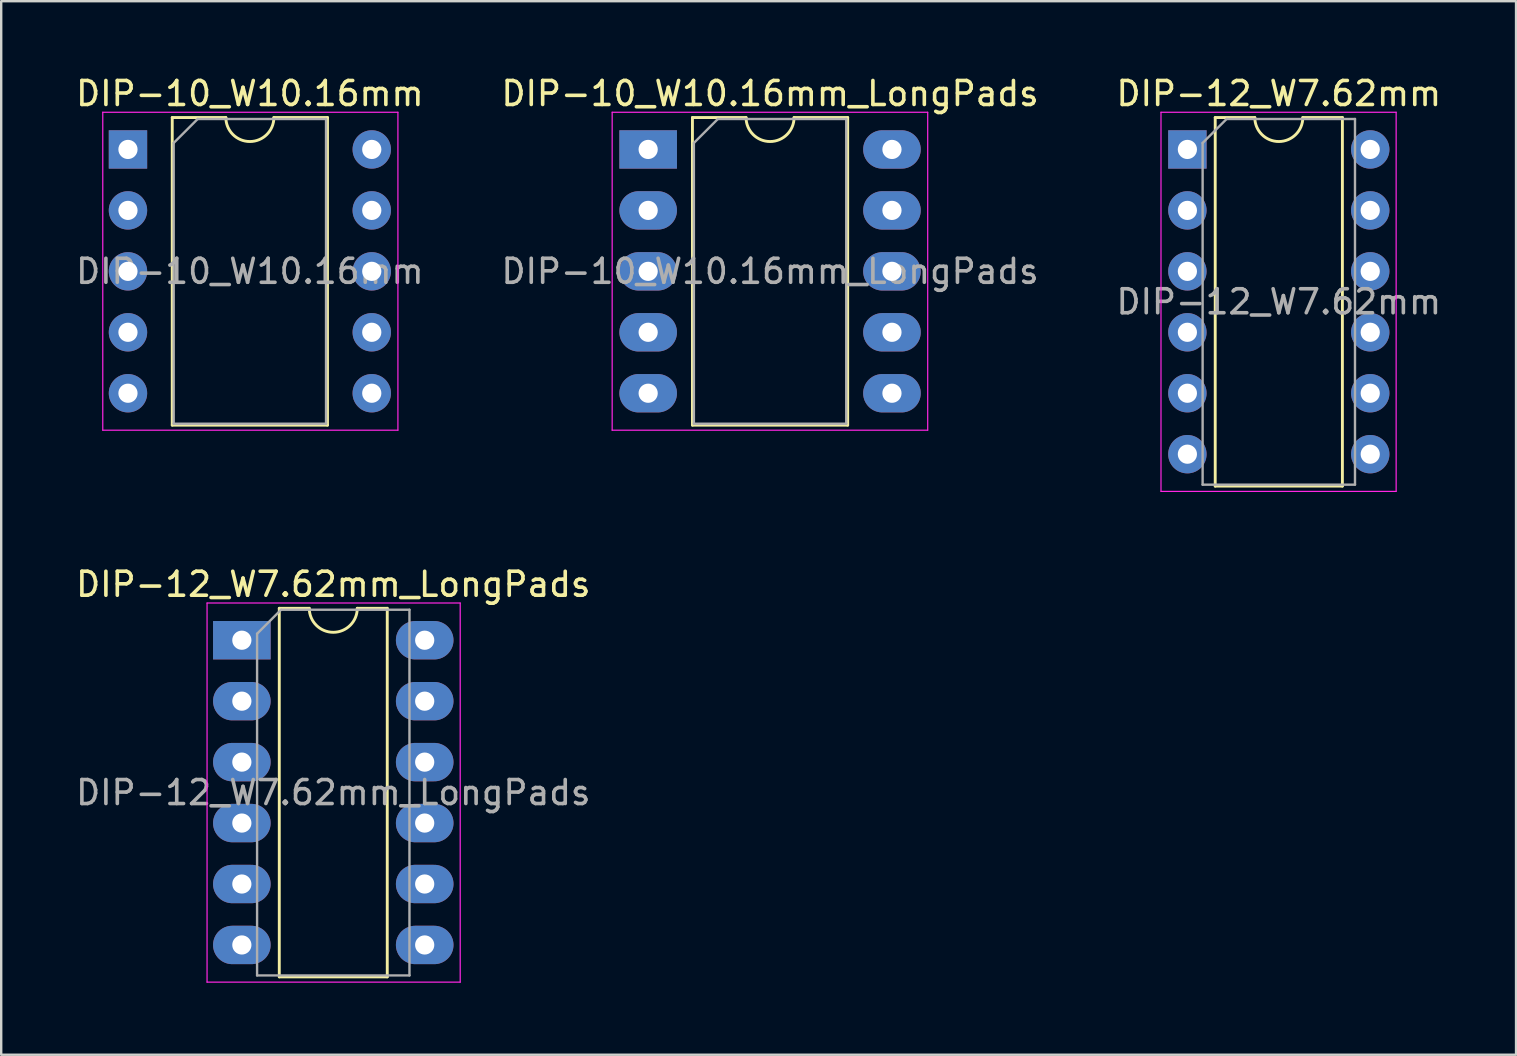
<source format=kicad_pcb>
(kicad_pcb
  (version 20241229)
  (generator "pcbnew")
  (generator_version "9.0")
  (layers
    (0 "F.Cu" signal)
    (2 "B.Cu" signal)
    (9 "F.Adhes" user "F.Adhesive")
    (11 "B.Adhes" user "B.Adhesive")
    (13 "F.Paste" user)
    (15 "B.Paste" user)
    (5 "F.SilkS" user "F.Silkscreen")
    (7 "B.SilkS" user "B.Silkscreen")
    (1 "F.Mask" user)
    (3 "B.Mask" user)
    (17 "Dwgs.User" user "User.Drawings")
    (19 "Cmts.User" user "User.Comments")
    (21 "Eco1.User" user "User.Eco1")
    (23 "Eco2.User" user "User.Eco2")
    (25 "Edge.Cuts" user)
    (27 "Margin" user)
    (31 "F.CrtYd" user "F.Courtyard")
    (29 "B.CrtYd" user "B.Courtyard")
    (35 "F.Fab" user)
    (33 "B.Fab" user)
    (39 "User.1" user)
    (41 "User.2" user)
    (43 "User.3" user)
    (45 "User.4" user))
  (footprint "DIP-10_W10.16mm_LongPads"
    (layer "F.Cu")
    (at 23.962 3.178)
    (property "Reference" "DIP-10_W10.16mm_LongPads" (at 5.08 -2.33 0) (layer "F.SilkS") (effects (font (size 1 1) (thickness 0.15))))
    (attr through_hole)
    (fp_line (start 1.845 -1.33) (end 1.845 11.49) (stroke (width 0.12) (type solid)) (layer "F.SilkS"))
    (fp_line (start 1.845 11.49) (end 8.315 11.49) (stroke (width 0.12) (type solid)) (layer "F.SilkS"))
    (fp_line (start 4.08 -1.33) (end 1.845 -1.33) (stroke (width 0.12) (type solid)) (layer "F.SilkS"))
    (fp_line (start 8.315 -1.33) (end 6.08 -1.33) (stroke (width 0.12) (type solid)) (layer "F.SilkS"))
    (fp_line (start 8.315 11.49) (end 8.315 -1.33) (stroke (width 0.12) (type solid)) (layer "F.SilkS"))
    (fp_arc (start 6.08 -1.33) (mid 5.08 -0.33) (end 4.08 -1.33) (stroke (width 0.12) (type solid)) (layer "F.SilkS"))
    (fp_line (start -1.5 -1.55) (end -1.5 11.7) (stroke (width 0.05) (type solid)) (layer "F.CrtYd"))
    (fp_line (start -1.5 11.7) (end 11.65 11.7) (stroke (width 0.05) (type solid)) (layer "F.CrtYd"))
    (fp_line (start 11.65 -1.55) (end -1.5 -1.55) (stroke (width 0.05) (type solid)) (layer "F.CrtYd"))
    (fp_line (start 11.65 11.7) (end 11.65 -1.55) (stroke (width 0.05) (type solid)) (layer "F.CrtYd"))
    (fp_line (start 1.905 -0.27) (end 2.905 -1.27) (stroke (width 0.1) (type solid)) (layer "F.Fab"))
    (fp_line (start 1.905 11.43) (end 1.905 -0.27) (stroke (width 0.1) (type solid)) (layer "F.Fab"))
    (fp_line (start 2.905 -1.27) (end 8.255 -1.27) (stroke (width 0.1) (type solid)) (layer "F.Fab"))
    (fp_line (start 8.255 -1.27) (end 8.255 11.43) (stroke (width 0.1) (type solid)) (layer "F.Fab"))
    (fp_line (start 8.255 11.43) (end 1.905 11.43) (stroke (width 0.1) (type solid)) (layer "F.Fab"))
    (fp_text user "${REFERENCE}" (at 5.08 5.08 0) (layer "F.Fab") (effects (font (size 1 1) (thickness 0.15))))
    (pad "1" thru_hole rect (at 0 0) (size 2.4 1.6) (drill 0.8) (layers "*.Cu" "*.Mask"))
    (pad "2" thru_hole oval (at 0 2.54) (size 2.4 1.6) (drill 0.8) (layers "*.Cu" "*.Mask"))
    (pad "3" thru_hole oval (at 0 5.08) (size 2.4 1.6) (drill 0.8) (layers "*.Cu" "*.Mask"))
    (pad "4" thru_hole oval (at 0 7.62) (size 2.4 1.6) (drill 0.8) (layers "*.Cu" "*.Mask"))
    (pad "5" thru_hole oval (at 0 10.16) (size 2.4 1.6) (drill 0.8) (layers "*.Cu" "*.Mask"))
    (pad "6" thru_hole oval (at 10.16 10.16) (size 2.4 1.6) (drill 0.8) (layers "*.Cu" "*.Mask"))
    (pad "7" thru_hole oval (at 10.16 7.62) (size 2.4 1.6) (drill 0.8) (layers "*.Cu" "*.Mask"))
    (pad "8" thru_hole oval (at 10.16 5.08) (size 2.4 1.6) (drill 0.8) (layers "*.Cu" "*.Mask"))
    (pad "9" thru_hole oval (at 10.16 2.54) (size 2.4 1.6) (drill 0.8) (layers "*.Cu" "*.Mask"))
    (pad "10" thru_hole oval (at 10.16 0) (size 2.4 1.6) (drill 0.8) (layers "*.Cu" "*.Mask")))
  (footprint "DIP-10_W10.16mm"
    (layer "F.Cu")
    (at 2.283 3.178)
    (property "Reference" "DIP-10_W10.16mm" (at 5.08 -2.33 0) (layer "F.SilkS") (effects (font (size 1 1) (thickness 0.15))))
    (attr through_hole)
    (fp_line (start 1.845 -1.33) (end 1.845 11.49) (stroke (width 0.12) (type solid)) (layer "F.SilkS"))
    (fp_line (start 1.845 11.49) (end 8.315 11.49) (stroke (width 0.12) (type solid)) (layer "F.SilkS"))
    (fp_line (start 4.08 -1.33) (end 1.845 -1.33) (stroke (width 0.12) (type solid)) (layer "F.SilkS"))
    (fp_line (start 8.315 -1.33) (end 6.08 -1.33) (stroke (width 0.12) (type solid)) (layer "F.SilkS"))
    (fp_line (start 8.315 11.49) (end 8.315 -1.33) (stroke (width 0.12) (type solid)) (layer "F.SilkS"))
    (fp_arc (start 6.08 -1.33) (mid 5.08 -0.33) (end 4.08 -1.33) (stroke (width 0.12) (type solid)) (layer "F.SilkS"))
    (fp_line (start -1.05 -1.55) (end -1.05 11.7) (stroke (width 0.05) (type solid)) (layer "F.CrtYd"))
    (fp_line (start -1.05 11.7) (end 11.25 11.7) (stroke (width 0.05) (type solid)) (layer "F.CrtYd"))
    (fp_line (start 11.25 -1.55) (end -1.05 -1.55) (stroke (width 0.05) (type solid)) (layer "F.CrtYd"))
    (fp_line (start 11.25 11.7) (end 11.25 -1.55) (stroke (width 0.05) (type solid)) (layer "F.CrtYd"))
    (fp_line (start 1.905 -0.27) (end 2.905 -1.27) (stroke (width 0.1) (type solid)) (layer "F.Fab"))
    (fp_line (start 1.905 11.43) (end 1.905 -0.27) (stroke (width 0.1) (type solid)) (layer "F.Fab"))
    (fp_line (start 2.905 -1.27) (end 8.255 -1.27) (stroke (width 0.1) (type solid)) (layer "F.Fab"))
    (fp_line (start 8.255 -1.27) (end 8.255 11.43) (stroke (width 0.1) (type solid)) (layer "F.Fab"))
    (fp_line (start 8.255 11.43) (end 1.905 11.43) (stroke (width 0.1) (type solid)) (layer "F.Fab"))
    (fp_text user "${REFERENCE}" (at 5.08 5.08 0) (layer "F.Fab") (effects (font (size 1 1) (thickness 0.15))))
    (pad "1" thru_hole rect (at 0 0) (size 1.6 1.6) (drill 0.8) (layers "*.Cu" "*.Mask"))
    (pad "2" thru_hole oval (at 0 2.54) (size 1.6 1.6) (drill 0.8) (layers "*.Cu" "*.Mask"))
    (pad "3" thru_hole oval (at 0 5.08) (size 1.6 1.6) (drill 0.8) (layers "*.Cu" "*.Mask"))
    (pad "4" thru_hole oval (at 0 7.62) (size 1.6 1.6) (drill 0.8) (layers "*.Cu" "*.Mask"))
    (pad "5" thru_hole oval (at 0 10.16) (size 1.6 1.6) (drill 0.8) (layers "*.Cu" "*.Mask"))
    (pad "6" thru_hole oval (at 10.16 10.16) (size 1.6 1.6) (drill 0.8) (layers "*.Cu" "*.Mask"))
    (pad "7" thru_hole oval (at 10.16 7.62) (size 1.6 1.6) (drill 0.8) (layers "*.Cu" "*.Mask"))
    (pad "8" thru_hole oval (at 10.16 5.08) (size 1.6 1.6) (drill 0.8) (layers "*.Cu" "*.Mask"))
    (pad "9" thru_hole oval (at 10.16 2.54) (size 1.6 1.6) (drill 0.8) (layers "*.Cu" "*.Mask"))
    (pad "10" thru_hole oval (at 10.16 0) (size 1.6 1.6) (drill 0.8) (layers "*.Cu" "*.Mask")))
  (footprint "DIP-12_W7.62mm_LongPads"
    (layer "F.Cu")
    (at 7.029 23.631)
    (property "Reference" "DIP-12_W7.62mm_LongPads" (at 3.81 -2.33 0) (layer "F.SilkS") (effects (font (size 1 1) (thickness 0.15))))
    (attr through_hole)
    (fp_line (start 1.56 -1.33) (end 1.56 14.03) (stroke (width 0.12) (type solid)) (layer "F.SilkS"))
    (fp_line (start 1.56 14.03) (end 6.06 14.03) (stroke (width 0.12) (type solid)) (layer "F.SilkS"))
    (fp_line (start 2.81 -1.33) (end 1.56 -1.33) (stroke (width 0.12) (type solid)) (layer "F.SilkS"))
    (fp_line (start 6.06 -1.33) (end 4.81 -1.33) (stroke (width 0.12) (type solid)) (layer "F.SilkS"))
    (fp_line (start 6.06 14.03) (end 6.06 -1.33) (stroke (width 0.12) (type solid)) (layer "F.SilkS"))
    (fp_arc (start 4.81 -1.33) (mid 3.81 -0.33) (end 2.81 -1.33) (stroke (width 0.12) (type solid)) (layer "F.SilkS"))
    (fp_line (start -1.45 -1.55) (end -1.45 14.25) (stroke (width 0.05) (type solid)) (layer "F.CrtYd"))
    (fp_line (start -1.45 14.25) (end 9.1 14.25) (stroke (width 0.05) (type solid)) (layer "F.CrtYd"))
    (fp_line (start 9.1 -1.55) (end -1.45 -1.55) (stroke (width 0.05) (type solid)) (layer "F.CrtYd"))
    (fp_line (start 9.1 14.25) (end 9.1 -1.55) (stroke (width 0.05) (type solid)) (layer "F.CrtYd"))
    (fp_line (start 0.635 -0.27) (end 1.635 -1.27) (stroke (width 0.1) (type solid)) (layer "F.Fab"))
    (fp_line (start 0.635 13.97) (end 0.635 -0.27) (stroke (width 0.1) (type solid)) (layer "F.Fab"))
    (fp_line (start 1.635 -1.27) (end 6.985 -1.27) (stroke (width 0.1) (type solid)) (layer "F.Fab"))
    (fp_line (start 6.985 -1.27) (end 6.985 13.97) (stroke (width 0.1) (type solid)) (layer "F.Fab"))
    (fp_line (start 6.985 13.97) (end 0.635 13.97) (stroke (width 0.1) (type solid)) (layer "F.Fab"))
    (fp_text user "${REFERENCE}" (at 3.81 6.35 0) (layer "F.Fab") (effects (font (size 1 1) (thickness 0.15))))
    (pad "1" thru_hole rect (at 0 0) (size 2.4 1.6) (drill 0.8) (layers "*.Cu" "*.Mask"))
    (pad "2" thru_hole oval (at 0 2.54) (size 2.4 1.6) (drill 0.8) (layers "*.Cu" "*.Mask"))
    (pad "3" thru_hole oval (at 0 5.08) (size 2.4 1.6) (drill 0.8) (layers "*.Cu" "*.Mask"))
    (pad "4" thru_hole oval (at 0 7.62) (size 2.4 1.6) (drill 0.8) (layers "*.Cu" "*.Mask"))
    (pad "5" thru_hole oval (at 0 10.16) (size 2.4 1.6) (drill 0.8) (layers "*.Cu" "*.Mask"))
    (pad "6" thru_hole oval (at 0 12.7) (size 2.4 1.6) (drill 0.8) (layers "*.Cu" "*.Mask"))
    (pad "7" thru_hole oval (at 7.62 12.7) (size 2.4 1.6) (drill 0.8) (layers "*.Cu" "*.Mask"))
    (pad "8" thru_hole oval (at 7.62 10.16) (size 2.4 1.6) (drill 0.8) (layers "*.Cu" "*.Mask"))
    (pad "9" thru_hole oval (at 7.62 7.62) (size 2.4 1.6) (drill 0.8) (layers "*.Cu" "*.Mask"))
    (pad "10" thru_hole oval (at 7.62 5.08) (size 2.4 1.6) (drill 0.8) (layers "*.Cu" "*.Mask"))
    (pad "11" thru_hole oval (at 7.62 2.54) (size 2.4 1.6) (drill 0.8) (layers "*.Cu" "*.Mask"))
    (pad "12" thru_hole oval (at 7.62 0) (size 2.4 1.6) (drill 0.8) (layers "*.Cu" "*.Mask")))
  (footprint "DIP-12_W7.62mm"
    (layer "F.Cu")
    (at 46.434 3.178)
    (property "Reference" "DIP-12_W7.62mm" (at 3.81 -2.33 0) (layer "F.SilkS") (effects (font (size 1 1) (thickness 0.15))))
    (attr through_hole)
    (fp_line (start 1.16 -1.33) (end 1.16 14.03) (stroke (width 0.12) (type solid)) (layer "F.SilkS"))
    (fp_line (start 1.16 14.03) (end 6.46 14.03) (stroke (width 0.12) (type solid)) (layer "F.SilkS"))
    (fp_line (start 2.81 -1.33) (end 1.16 -1.33) (stroke (width 0.12) (type solid)) (layer "F.SilkS"))
    (fp_line (start 6.46 -1.33) (end 4.81 -1.33) (stroke (width 0.12) (type solid)) (layer "F.SilkS"))
    (fp_line (start 6.46 14.03) (end 6.46 -1.33) (stroke (width 0.12) (type solid)) (layer "F.SilkS"))
    (fp_arc (start 4.81 -1.33) (mid 3.81 -0.33) (end 2.81 -1.33) (stroke (width 0.12) (type solid)) (layer "F.SilkS"))
    (fp_line (start -1.1 -1.55) (end -1.1 14.25) (stroke (width 0.05) (type solid)) (layer "F.CrtYd"))
    (fp_line (start -1.1 14.25) (end 8.7 14.25) (stroke (width 0.05) (type solid)) (layer "F.CrtYd"))
    (fp_line (start 8.7 -1.55) (end -1.1 -1.55) (stroke (width 0.05) (type solid)) (layer "F.CrtYd"))
    (fp_line (start 8.7 14.25) (end 8.7 -1.55) (stroke (width 0.05) (type solid)) (layer "F.CrtYd"))
    (fp_line (start 0.635 -0.27) (end 1.635 -1.27) (stroke (width 0.1) (type solid)) (layer "F.Fab"))
    (fp_line (start 0.635 13.97) (end 0.635 -0.27) (stroke (width 0.1) (type solid)) (layer "F.Fab"))
    (fp_line (start 1.635 -1.27) (end 6.985 -1.27) (stroke (width 0.1) (type solid)) (layer "F.Fab"))
    (fp_line (start 6.985 -1.27) (end 6.985 13.97) (stroke (width 0.1) (type solid)) (layer "F.Fab"))
    (fp_line (start 6.985 13.97) (end 0.635 13.97) (stroke (width 0.1) (type solid)) (layer "F.Fab"))
    (fp_text user "${REFERENCE}" (at 3.81 6.35 0) (layer "F.Fab") (effects (font (size 1 1) (thickness 0.15))))
    (pad "1" thru_hole rect (at 0 0) (size 1.6 1.6) (drill 0.8) (layers "*.Cu" "*.Mask"))
    (pad "2" thru_hole oval (at 0 2.54) (size 1.6 1.6) (drill 0.8) (layers "*.Cu" "*.Mask"))
    (pad "3" thru_hole oval (at 0 5.08) (size 1.6 1.6) (drill 0.8) (layers "*.Cu" "*.Mask"))
    (pad "4" thru_hole oval (at 0 7.62) (size 1.6 1.6) (drill 0.8) (layers "*.Cu" "*.Mask"))
    (pad "5" thru_hole oval (at 0 10.16) (size 1.6 1.6) (drill 0.8) (layers "*.Cu" "*.Mask"))
    (pad "6" thru_hole oval (at 0 12.7) (size 1.6 1.6) (drill 0.8) (layers "*.Cu" "*.Mask"))
    (pad "7" thru_hole oval (at 7.62 12.7) (size 1.6 1.6) (drill 0.8) (layers "*.Cu" "*.Mask"))
    (pad "8" thru_hole oval (at 7.62 10.16) (size 1.6 1.6) (drill 0.8) (layers "*.Cu" "*.Mask"))
    (pad "9" thru_hole oval (at 7.62 7.62) (size 1.6 1.6) (drill 0.8) (layers "*.Cu" "*.Mask"))
    (pad "10" thru_hole oval (at 7.62 5.08) (size 1.6 1.6) (drill 0.8) (layers "*.Cu" "*.Mask"))
    (pad "11" thru_hole oval (at 7.62 2.54) (size 1.6 1.6) (drill 0.8) (layers "*.Cu" "*.Mask"))
    (pad "12" thru_hole oval (at 7.62 0) (size 1.6 1.6) (drill 0.8) (layers "*.Cu" "*.Mask")))
  (gr_rect
    (start -3 -3)
    (end 60.131 40.907)
    (stroke (width 0.1) (type default))
    (fill no)
    (layer "Edge.Cuts")))
</source>
